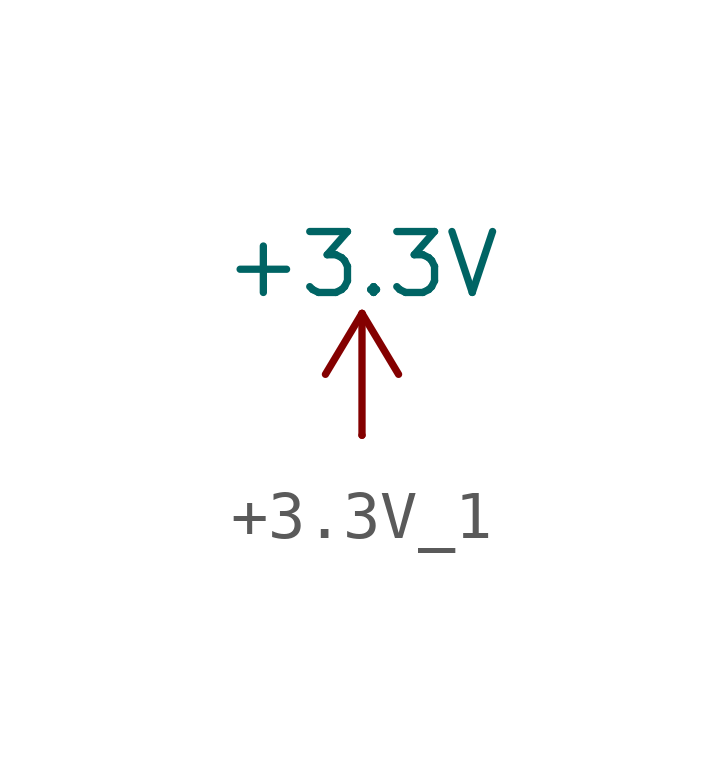
<source format=kicad_sym>
(kicad_symbol_lib
  (version 20231120)
  (generator "kicad_symbol_editor")
  (generator_version "8.0")
  (symbol "+3.3V_1"
    (power)
    (pin_numbers hide)
    (pin_names
      (offset 0) hide)
    (property "Reference" "#PWR"
      (at 0 -3.81 0)
      (effects (font (size 1.27 1.27)) (hide yes)))
    (property "Value" "+3.3V"
      (at 0 3.556 0)
      (effects (font (size 1.27 1.27))))
    (symbol "+3.3V_1_0_1"
      (polyline (pts (xy -0.762 1.27) (xy 0 2.54)) (stroke (width 0) (type default)) (fill (type none)))
      (polyline (pts (xy 0 0) (xy 0 2.54)) (stroke (width 0) (type default)) (fill (type none)))
      (polyline (pts (xy 0 2.54) (xy 0.762 1.27)) (stroke (width 0) (type default)) (fill (type none))))
    (symbol "+3.3V_1_1_1"
      (pin power_in line (at 0 0 90) (length 0) (name "~" (effects (font (size 1.27 1.27)))) (number "1" (effects (font (size 1.27 1.27))))))))
</source>
